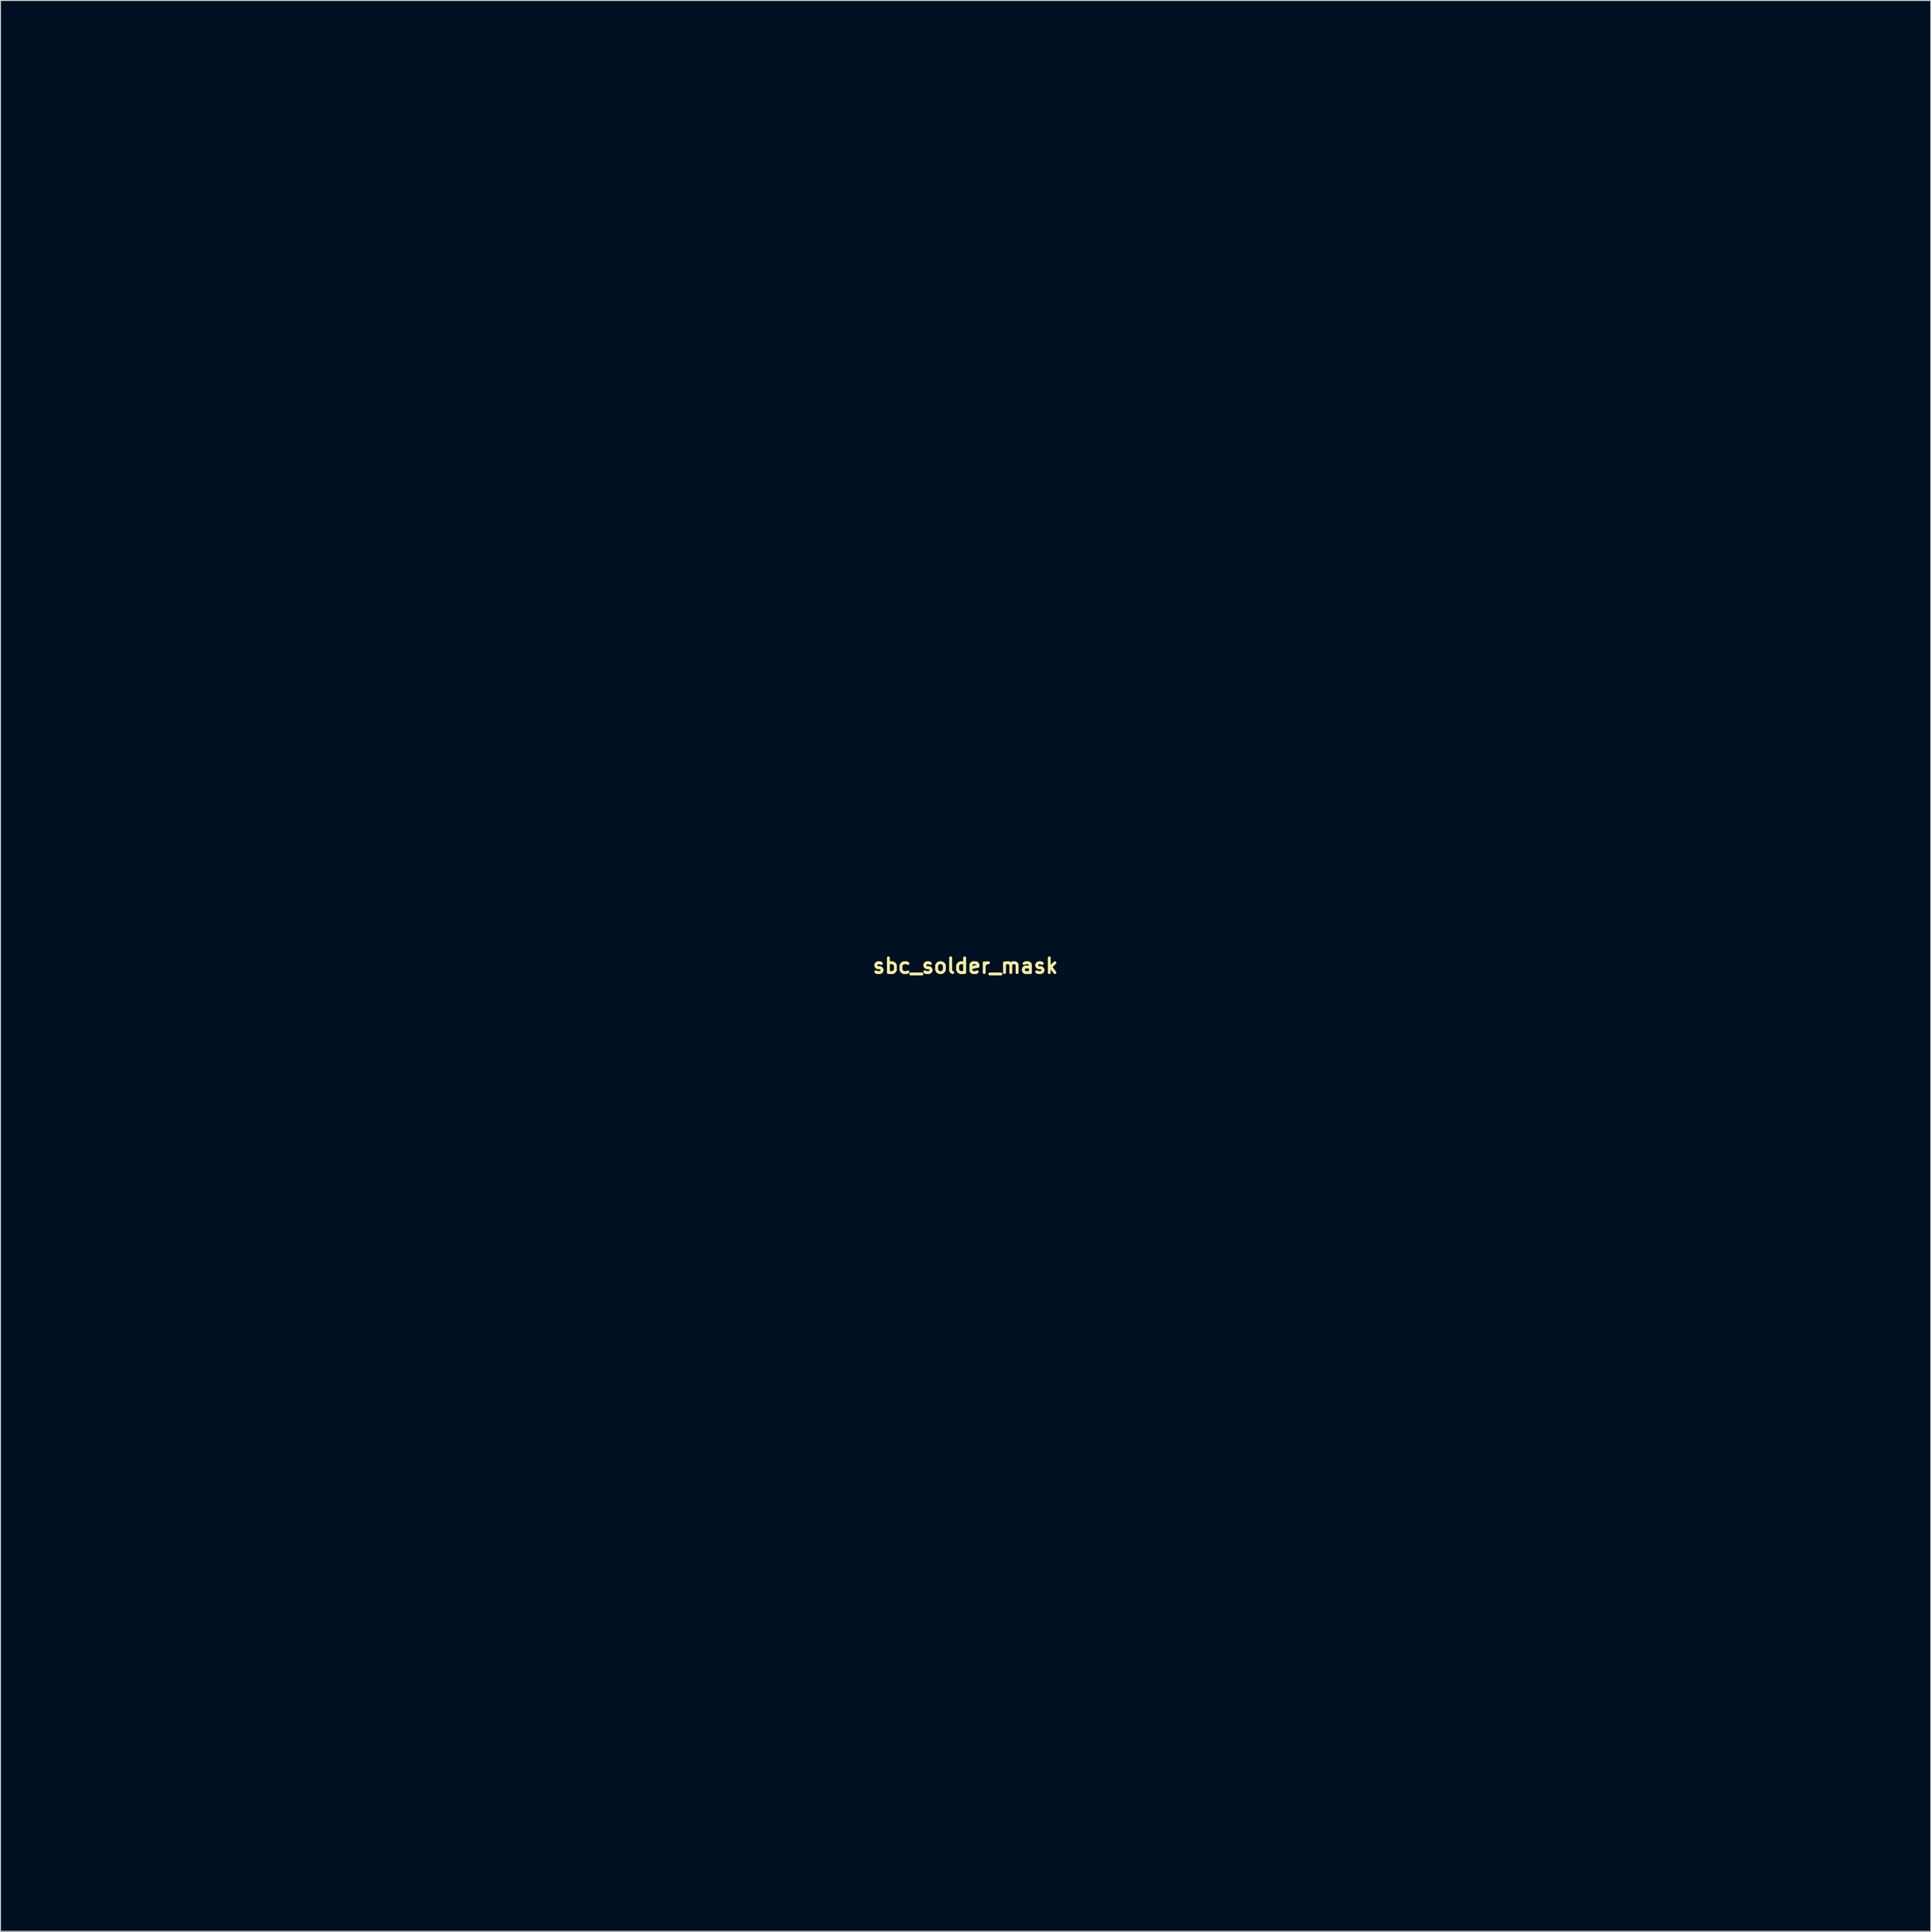
<source format=kicad_pcb>
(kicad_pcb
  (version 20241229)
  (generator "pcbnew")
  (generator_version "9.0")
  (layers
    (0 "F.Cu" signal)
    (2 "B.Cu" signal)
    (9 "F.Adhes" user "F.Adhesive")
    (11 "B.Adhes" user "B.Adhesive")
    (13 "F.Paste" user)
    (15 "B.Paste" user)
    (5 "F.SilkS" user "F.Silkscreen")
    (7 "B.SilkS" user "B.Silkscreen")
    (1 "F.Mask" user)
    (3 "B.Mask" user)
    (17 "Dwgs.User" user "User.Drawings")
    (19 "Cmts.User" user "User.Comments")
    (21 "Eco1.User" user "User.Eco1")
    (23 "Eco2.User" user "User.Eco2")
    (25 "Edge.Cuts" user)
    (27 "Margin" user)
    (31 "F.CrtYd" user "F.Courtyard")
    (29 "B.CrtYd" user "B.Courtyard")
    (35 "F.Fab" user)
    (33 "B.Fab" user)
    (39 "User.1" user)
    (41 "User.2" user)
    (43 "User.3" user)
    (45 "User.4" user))
  (footprint "sbc_solder_mask"
    (layer "F.Cu")
    (at 97.098 97.148)
    (property "Reference" "sbc_solder_mask" (at 0 0 0) (layer "F.SilkS") (effects (font (size 1.524 1.524) (thickness 0.3))))
    (attr board_only exclude_from_pos_files exclude_from_bom)
    (fp_poly (pts (xy -54.998 82.37) (xy -55.019 82.391) (xy -55.04 82.37) (xy -55.019 82.349)) (stroke (width 0) (type solid)) (fill yes) (layer "F.Mask"))
    (fp_poly (pts (xy -19.294 -97.126) (xy -19.315 -97.105) (xy -19.336 -97.126) (xy -19.315 -97.148)) (stroke (width 0) (type solid)) (fill yes) (layer "F.Mask"))
    (fp_poly (pts (xy -19.294 97.126) (xy -19.315 97.148) (xy -19.336 97.126) (xy -19.315 97.105)) (stroke (width 0) (type solid)) (fill yes) (layer "F.Mask"))
    (fp_poly (pts (xy 82.391 -55.019) (xy 82.37 -54.998) (xy 82.349 -55.019) (xy 82.37 -55.04)) (stroke (width 0) (type solid)) (fill yes) (layer "F.Mask"))
    (fp_poly (pts (xy 82.391 55.019) (xy 82.37 55.04) (xy 82.349 55.019) (xy 82.37 54.998)) (stroke (width 0) (type solid)) (fill yes) (layer "F.Mask"))
    (fp_poly (pts (xy -97.035 -19.322) (xy -97.04 -19.297) (xy -97.063 -19.294) (xy -97.098 -19.309) (xy -97.091 -19.322) (xy -97.041 -19.327)) (stroke (width 0) (type solid)) (fill yes) (layer "F.Mask"))
    (fp_poly (pts (xy -97.035 19.308) (xy -97.04 19.333) (xy -97.063 19.336) (xy -97.098 19.321) (xy -97.091 19.308) (xy -97.041 19.303)) (stroke (width 0) (type solid)) (fill yes) (layer "F.Mask"))
    (fp_poly (pts (xy -19.282 -97.013) (xy -19.254 -96.924) (xy -19.213 -96.779) (xy -19.163 -96.591) (xy -19.142 -96.512) (xy -18.718 -94.975) (xy -18.251 -93.451) (xy -17.742 -91.946) (xy -17.196 -90.468) (xy -16.615 -89.025) (xy -16.003 -87.624) (xy -15.362 -86.271) (xy -14.697 -84.975) (xy -14.009 -83.743) (xy -13.303 -82.581) (xy -12.773 -81.776) (xy -11.983 -80.671) (xy -11.174 -79.647) (xy -10.346 -78.702) (xy -9.501 -77.839) (xy -8.638 -77.057) (xy -7.758 -76.357) (xy -6.862 -75.739) (xy -5.95 -75.204) (xy -5.535 -74.991) (xy -4.729 -74.62) (xy -3.954 -74.315) (xy -3.192 -74.075) (xy -2.427 -73.893) (xy -1.645 -73.766) (xy -0.829 -73.691) (xy -0.36 -73.669) (xy 0.635 -73.675) (xy 1.599 -73.756) (xy 2.543 -73.914) (xy 3.475 -74.151) (xy 4.406 -74.468) (xy 4.876 -74.659) (xy 5.805 -75.098) (xy 6.719 -75.621) (xy 7.616 -76.225) (xy 8.496 -76.91) (xy 9.359 -77.674) (xy 10.203 -78.518) (xy 11.028 -79.44) (xy 11.833 -80.438) (xy 12.618 -81.513) (xy 13.381 -82.664) (xy 14.121 -83.888) (xy 14.839 -85.186) (xy 15.533 -86.556) (xy 16.202 -87.998) (xy 16.491 -88.659) (xy 17.031 -89.975) (xy 17.553 -91.352) (xy 18.049 -92.772) (xy 18.514 -94.211) (xy 18.938 -95.649) (xy 19.151 -96.427) (xy 19.209 -96.643) (xy 19.258 -96.816) (xy 19.294 -96.935) (xy 19.314 -96.991) (xy 19.316 -96.978) (xy 19.208 -96.167) (xy 19.115 -95.424) (xy 19.035 -94.732) (xy 18.966 -94.077) (xy 18.909 -93.441) (xy 18.86 -92.809) (xy 18.819 -92.166) (xy 18.784 -91.495) (xy 18.755 -90.781) (xy 18.737 -90.27) (xy 18.714 -89.005) (xy 18.725 -87.718) (xy 18.769 -86.431) (xy 18.846 -85.17) (xy 18.955 -83.956) (xy 18.999 -83.557) (xy 19.198 -82.095) (xy 19.445 -80.698) (xy 19.742 -79.365) (xy 20.087 -78.098) (xy 20.48 -76.897) (xy 20.921 -75.763) (xy 21.41 -74.695) (xy 21.946 -73.695) (xy 22.53 -72.763) (xy 23.16 -71.9) (xy 23.837 -71.106) (xy 24.56 -70.381) (xy 25.329 -69.727) (xy 26.144 -69.143) (xy 27.004 -68.63) (xy 27.414 -68.419) (xy 27.971 -68.156) (xy 28.485 -67.936) (xy 28.98 -67.752) (xy 29.48 -67.596) (xy 30.009 -67.458) (xy 30.428 -67.365) (xy 30.882 -67.277) (xy 31.317 -67.212) (xy 31.754 -67.167) (xy 32.215 -67.141) (xy 32.719 -67.133) (xy 33.224 -67.138) (xy 33.711 -67.152) (xy 34.137 -67.175) (xy 34.527 -67.209) (xy 34.904 -67.256) (xy 35.293 -67.32) (xy 35.716 -67.404) (xy 35.895 -67.442) (xy 36.99 -67.72) (xy 38.098 -68.081) (xy 39.218 -68.526) (xy 40.352 -69.055) (xy 41.498 -69.667) (xy 42.658 -70.363) (xy 43.83 -71.142) (xy 45.016 -72.006) (xy 46.214 -72.953) (xy 47.426 -73.983) (xy 47.727 -74.251) (xy 47.97 -74.472) (xy 48.26 -74.746) (xy 48.587 -75.06) (xy 48.941 -75.405) (xy 49.312 -75.77) (xy 49.688 -76.146) (xy 50.06 -76.521) (xy 50.418 -76.885) (xy 50.75 -77.228) (xy 51.046 -77.539) (xy 51.297 -77.808) (xy 51.377 -77.896) (xy 51.913 -78.499) (xy 52.45 -79.119) (xy 52.978 -79.742) (xy 53.484 -80.357) (xy 53.959 -80.947) (xy 54.39 -81.502) (xy 54.629 -81.818) (xy 54.763 -81.997) (xy 54.88 -82.152) (xy 54.969 -82.27) (xy 55.022 -82.338) (xy 55.032 -82.349) (xy 55.038 -82.351) (xy 55.033 -82.338) (xy 55.013 -82.299) (xy 54.973 -82.228) (xy 54.909 -82.117) (xy 54.817 -81.958) (xy 54.692 -81.743) (xy 54.529 -81.465) (xy 54.488 -81.394) (xy 54.116 -80.744) (xy 53.727 -80.031) (xy 53.329 -79.276) (xy 52.933 -78.498) (xy 52.547 -77.714) (xy 52.181 -76.945) (xy 51.846 -76.208) (xy 51.805 -76.115) (xy 51.142 -74.554) (xy 50.55 -73.027) (xy 50.026 -71.535) (xy 49.573 -70.078) (xy 49.189 -68.657) (xy 48.875 -67.274) (xy 48.631 -65.929) (xy 48.457 -64.623) (xy 48.354 -63.357) (xy 48.32 -62.132) (xy 48.357 -60.948) (xy 48.465 -59.808) (xy 48.643 -58.71) (xy 48.892 -57.657) (xy 49.212 -56.649) (xy 49.347 -56.291) (xy 49.762 -55.35) (xy 50.245 -54.457) (xy 50.794 -53.616) (xy 51.405 -52.828) (xy 52.077 -52.097) (xy 52.807 -51.423) (xy 53.592 -50.81) (xy 54.43 -50.259) (xy 55.318 -49.773) (xy 56.254 -49.354) (xy 57.235 -49.004) (xy 57.987 -48.791) (xy 59.039 -48.566) (xy 60.137 -48.411) (xy 61.28 -48.325) (xy 62.466 -48.309) (xy 63.694 -48.362) (xy 64.963 -48.484) (xy 66.27 -48.674) (xy 67.615 -48.933) (xy 68.995 -49.259) (xy 70.411 -49.654) (xy 71.859 -50.116) (xy 73.339 -50.645) (xy 74.849 -51.242) (xy 76.388 -51.905) (xy 76.857 -52.118) (xy 77.489 -52.414) (xy 78.154 -52.738) (xy 78.836 -53.08) (xy 79.52 -53.434) (xy 80.192 -53.792) (xy 80.838 -54.145) (xy 81.441 -54.485) (xy 81.987 -54.806) (xy 82.221 -54.948) (xy 82.291 -54.987) (xy 82.292 -54.978) (xy 82.226 -54.92) (xy 82.092 -54.814) (xy 81.889 -54.658) (xy 81.691 -54.508) (xy 80.88 -53.881) (xy 80.031 -53.194) (xy 79.155 -52.456) (xy 78.264 -51.677) (xy 78.045 -51.481) (xy 77.758 -51.22) (xy 77.426 -50.907) (xy 77.059 -50.555) (xy 76.669 -50.175) (xy 76.267 -49.779) (xy 75.865 -49.378) (xy 75.475 -48.983) (xy 75.108 -48.607) (xy 74.776 -48.26) (xy 74.489 -47.954) (xy 74.397 -47.853) (xy 73.359 -46.671) (xy 72.401 -45.498) (xy 71.521 -44.333) (xy 70.721 -43.178) (xy 70.001 -42.033) (xy 69.36 -40.899) (xy 68.8 -39.776) (xy 68.32 -38.665) (xy 67.921 -37.568) (xy 67.602 -36.484) (xy 67.365 -35.414) (xy 67.209 -34.359) (xy 67.134 -33.319) (xy 67.142 -32.296) (xy 67.232 -31.289) (xy 67.404 -30.3) (xy 67.49 -29.933) (xy 67.781 -28.94) (xy 68.146 -27.99) (xy 68.582 -27.083) (xy 69.089 -26.221) (xy 69.668 -25.403) (xy 70.317 -24.63) (xy 71.035 -23.903) (xy 71.823 -23.221) (xy 72.68 -22.586) (xy 73.604 -21.997) (xy 74.596 -21.455) (xy 75.655 -20.96) (xy 76.78 -20.514) (xy 77.971 -20.115) (xy 79.227 -19.765) (xy 80.548 -19.464) (xy 81.933 -19.213) (xy 82.5 -19.127) (xy 83.28 -19.021) (xy 84.035 -18.934) (xy 84.783 -18.863) (xy 85.543 -18.806) (xy 86.332 -18.764) (xy 87.17 -18.733) (xy 88.073 -18.714) (xy 89.356 -18.71) (xy 90.667 -18.739) (xy 91.988 -18.797) (xy 93.301 -18.884) (xy 94.587 -18.999) (xy 95.829 -19.14) (xy 97.008 -19.307) (xy 97.064 -19.315) (xy 97.076 -19.313) (xy 97.015 -19.293) (xy 96.892 -19.258) (xy 96.717 -19.209) (xy 96.554 -19.166) (xy 94.999 -18.735) (xy 93.461 -18.261) (xy 91.947 -17.748) (xy 90.463 -17.199) (xy 89.017 -16.618) (xy 87.616 -16.006) (xy 86.267 -15.368) (xy 84.977 -14.705) (xy 83.753 -14.022) (xy 82.602 -13.321) (xy 82.057 -12.965) (xy 80.921 -12.17) (xy 79.868 -11.357) (xy 78.898 -10.527) (xy 78.01 -9.679) (xy 77.206 -8.813) (xy 76.483 -7.93) (xy 75.843 -7.029) (xy 75.285 -6.109) (xy 74.81 -5.171) (xy 74.416 -4.215) (xy 74.104 -3.24) (xy 73.874 -2.245) (xy 73.763 -1.551) (xy 73.737 -1.335) (xy 73.716 -1.131) (xy 73.702 -0.965) (xy 73.698 -0.874) (xy 73.698 -0.692) (xy 74.663 -0.662) (xy 75.919 -0.614) (xy 77.249 -0.541) (xy 78.646 -0.445) (xy 80.101 -0.328) (xy 81.608 -0.189) (xy 83.158 -0.029) (xy 84.746 0.151) (xy 86.362 0.35) (xy 88.001 0.567) (xy 89.653 0.802) (xy 90.405 0.915) (xy 90.697 0.959) (xy 91.032 1.011) (xy 91.4 1.07) (xy 91.795 1.132) (xy 92.207 1.198) (xy 92.628 1.266) (xy 93.051 1.335) (xy 93.466 1.402) (xy 93.865 1.468) (xy 94.24 1.53) (xy 94.582 1.587) (xy 94.884 1.637) (xy 95.137 1.68) (xy 95.332 1.714) (xy 95.461 1.738) (xy 95.516 1.75) (xy 95.518 1.751) (xy 95.52 1.794) (xy 95.524 1.914) (xy 95.529 2.106) (xy 95.536 2.363) (xy 95.544 2.677) (xy 95.553 3.042) (xy 95.564 3.451) (xy 95.574 3.897) (xy 95.586 4.374) (xy 95.595 4.749) (xy 95.615 5.57) (xy 95.635 6.321) (xy 95.655 7.019) (xy 95.676 7.679) (xy 95.698 8.316) (xy 95.723 8.947) (xy 95.75 9.586) (xy 95.781 10.25) (xy 95.815 10.953) (xy 95.854 11.713) (xy 95.876 12.128) (xy 95.905 12.66) (xy 95.935 13.21) (xy 95.966 13.771) (xy 95.998 14.335) (xy 96.031 14.896) (xy 96.063 15.447) (xy 96.095 15.981) (xy 96.126 16.492) (xy 96.155 16.972) (xy 96.183 17.415) (xy 96.208 17.814) (xy 96.231 18.163) (xy 96.251 18.453) (xy 96.268 18.68) (xy 96.28 18.835) (xy 96.289 18.912) (xy 96.321 19.103) (xy 96.766 19.216) (xy 96.977 19.271) (xy 97.107 19.307) (xy 97.155 19.325) (xy 97.12 19.327) (xy 97.002 19.312) (xy 96.802 19.281) (xy 96.739 19.271) (xy 96.564 19.244) (xy 96.423 19.227) (xy 96.335 19.22) (xy 96.315 19.222) (xy 96.314 19.266) (xy 96.317 19.386) (xy 96.326 19.572) (xy 96.338 19.814) (xy 96.353 20.104) (xy 96.372 20.431) (xy 96.393 20.786) (xy 96.395 20.824) (xy 96.417 21.182) (xy 96.434 21.512) (xy 96.449 21.805) (xy 96.459 22.053) (xy 96.465 22.244) (xy 96.467 22.371) (xy 96.463 22.423) (xy 96.462 22.424) (xy 96.416 22.417) (xy 96.295 22.393) (xy 96.109 22.354) (xy 95.866 22.301) (xy 95.574 22.236) (xy 95.242 22.161) (xy 94.878 22.078) (xy 94.595 22.013) (xy 93.156 21.686) (xy 91.791 21.385) (xy 90.493 21.109) (xy 89.255 20.858) (xy 88.073 20.631) (xy 86.939 20.425) (xy 85.846 20.241) (xy 84.789 20.076) (xy 83.761 19.931) (xy 82.755 19.803) (xy 81.766 19.691) (xy 80.786 19.596) (xy 80.71 19.589) (xy 80.479 19.569) (xy 80.307 19.559) (xy 80.168 19.56) (xy 80.036 19.575) (xy 79.885 19.603) (xy 79.691 19.648) (xy 79.671 19.653) (xy 78.419 19.981) (xy 77.225 20.357) (xy 76.092 20.78) (xy 75.021 21.25) (xy 74.015 21.765) (xy 73.074 22.324) (xy 72.201 22.926) (xy 71.398 23.57) (xy 70.667 24.256) (xy 70.142 24.826) (xy 69.498 25.636) (xy 68.93 26.482) (xy 68.438 27.363) (xy 68.023 28.275) (xy 67.686 29.216) (xy 67.428 30.183) (xy 67.25 31.172) (xy 67.151 32.181) (xy 67.134 33.208) (xy 67.198 34.248) (xy 67.32 35.153) (xy 67.544 36.245) (xy 67.851 37.35) (xy 68.242 38.467) (xy 68.716 39.595) (xy 69.273 40.736) (xy 69.913 41.887) (xy 70.635 43.049) (xy 71.439 44.221) (xy 72.326 45.403) (xy 73.294 46.594) (xy 74.343 47.794) (xy 74.397 47.853) (xy 74.663 48.141) (xy 74.98 48.474) (xy 75.335 48.841) (xy 75.719 49.23) (xy 76.118 49.631) (xy 76.521 50.03) (xy 76.918 50.418) (xy 77.295 50.783) (xy 77.642 51.112) (xy 77.948 51.394) (xy 78.045 51.482) (xy 79.176 52.476) (xy 80.274 53.395) (xy 81.342 54.241) (xy 81.691 54.508) (xy 81.941 54.696) (xy 82.124 54.836) (xy 82.241 54.929) (xy 82.295 54.977) (xy 82.287 54.982) (xy 82.217 54.946) (xy 82.088 54.871) (xy 81.901 54.759) (xy 81.848 54.727) (xy 81.137 54.309) (xy 80.358 53.876) (xy 79.527 53.433) (xy 78.658 52.99) (xy 77.766 52.551) (xy 76.864 52.127) (xy 75.968 51.722) (xy 75.458 51.5) (xy 73.938 50.877) (xy 72.447 50.32) (xy 70.988 49.831) (xy 69.562 49.41) (xy 68.17 49.056) (xy 66.814 48.77) (xy 65.494 48.553) (xy 64.212 48.403) (xy 62.97 48.323) (xy 61.769 48.31) (xy 60.611 48.367) (xy 59.496 48.493) (xy 58.426 48.688) (xy 57.402 48.952) (xy 56.949 49.097) (xy 55.968 49.471) (xy 55.038 49.913) (xy 54.16 50.422) (xy 53.333 50.999) (xy 52.557 51.644) (xy 51.833 52.356) (xy 51.16 53.135) (xy 50.946 53.411) (xy 50.383 54.229) (xy 49.886 55.099) (xy 49.456 56.019) (xy 49.093 56.989) (xy 48.799 58.006) (xy 48.573 59.071) (xy 48.416 60.18) (xy 48.389 60.447) (xy 48.349 60.871) (xy 48.62 61.274) (xy 49.042 61.869) (xy 49.526 62.49) (xy 50.059 63.124) (xy 50.631 63.756) (xy 51.183 64.326) (xy 51.853 64.973) (xy 52.517 65.563) (xy 53.197 66.116) (xy 53.918 66.652) (xy 54.574 67.103) (xy 55.61 67.759) (xy 56.666 68.356) (xy 57.748 68.897) (xy 58.86 69.383) (xy 60.009 69.816) (xy 61.199 70.198) (xy 62.436 70.529) (xy 63.724 70.812) (xy 65.07 71.049) (xy 66.478 71.241) (xy 67.954 71.389) (xy 68.292 71.416) (xy 68.518 71.43) (xy 68.819 71.441) (xy 69.183 71.451) (xy 69.601 71.459) (xy 70.06 71.465) (xy 70.552 71.47) (xy 71.064 71.472) (xy 71.587 71.473) (xy 72.11 71.472) (xy 72.623 71.469) (xy 73.114 71.464) (xy 73.573 71.457) (xy 73.99 71.448) (xy 74.354 71.438) (xy 74.654 71.426) (xy 74.801 71.418) (xy 76.043 71.329) (xy 77.252 71.229) (xy 78.436 71.115) (xy 79.604 70.986) (xy 80.764 70.84) (xy 81.924 70.677) (xy 83.092 70.495) (xy 84.277 70.293) (xy 85.487 70.068) (xy 86.73 69.821) (xy 88.014 69.548) (xy 89.349 69.25) (xy 90.741 68.924) (xy 92.2 68.569) (xy 92.989 68.373) (xy 93.378 68.275) (xy 93.742 68.185) (xy 94.071 68.103) (xy 94.359 68.033) (xy 94.596 67.975) (xy 94.774 67.932) (xy 94.886 67.907) (xy 94.924 67.9) (xy 94.919 67.942) (xy 94.899 68.056) (xy 94.868 68.23) (xy 94.826 68.452) (xy 94.777 68.709) (xy 94.746 68.864) (xy 94.608 69.583) (xy 94.463 70.353) (xy 94.313 71.17) (xy 94.159 72.028) (xy 94.002 72.92) (xy 93.842 73.84) (xy 93.681 74.784) (xy 93.52 75.744) (xy 93.358 76.716) (xy 93.198 77.693) (xy 93.041 78.669) (xy 92.886 79.639) (xy 92.736 80.597) (xy 92.591 81.537) (xy 92.451 82.453) (xy 92.319 83.339) (xy 92.194 84.189) (xy 92.078 84.998) (xy 91.971 85.759) (xy 91.876 86.468) (xy 91.791 87.117) (xy 91.719 87.702) (xy 91.661 88.216) (xy 91.616 88.653) (xy 91.61 88.719) (xy 91.591 88.88) (xy 91.565 89.008) (xy 91.539 89.08) (xy 91.534 89.085) (xy 91.48 89.1) (xy 91.35 89.125) (xy 91.15 89.159) (xy 90.887 89.201) (xy 90.569 89.249) (xy 90.203 89.302) (xy 89.796 89.361) (xy 89.356 89.423) (xy 88.889 89.488) (xy 88.403 89.554) (xy 87.905 89.621) (xy 87.402 89.688) (xy 86.901 89.753) (xy 86.41 89.816) (xy 85.936 89.875) (xy 85.614 89.915) (xy 83.905 90.117) (xy 82.261 90.297) (xy 80.663 90.459) (xy 79.094 90.604) (xy 77.536 90.732) (xy 75.971 90.845) (xy 74.381 90.946) (xy 72.749 91.034) (xy 71.684 91.085) (xy 71.325 91.099) (xy 70.896 91.112) (xy 70.408 91.123) (xy 69.873 91.133) (xy 69.301 91.142) (xy 68.704 91.149) (xy 68.092 91.154) (xy 67.476 91.158) (xy 66.868 91.16) (xy 66.279 91.16) (xy 65.719 91.158) (xy 65.2 91.154) (xy 64.732 91.149) (xy 64.326 91.141) (xy 63.994 91.131) (xy 63.988 91.131) (xy 61.921 91.028) (xy 59.917 90.88) (xy 57.967 90.684) (xy 56.063 90.441) (xy 54.196 90.148) (xy 52.356 89.805) (xy 51.16 89.552) (xy 49.247 89.097) (xy 47.4 88.595) (xy 45.611 88.041) (xy 43.876 87.433) (xy 42.187 86.77) (xy 40.539 86.048) (xy 38.925 85.265) (xy 37.34 84.418) (xy 35.776 83.504) (xy 34.229 82.522) (xy 33.958 82.341) (xy 32.443 81.289) (xy 31.009 80.212) (xy 29.654 79.111) (xy 28.376 77.983) (xy 27.175 76.828) (xy 26.048 75.644) (xy 24.995 74.43) (xy 24.015 73.184) (xy 23.985 73.144) (xy 23.81 72.91) (xy 23.643 72.684) (xy 23.493 72.48) (xy 23.372 72.312) (xy 23.288 72.194) (xy 23.273 72.174) (xy 23.119 71.948) (xy 22.824 72.346) (xy 22.257 73.177) (xy 21.727 74.08) (xy 21.236 75.054) (xy 20.786 76.093) (xy 20.378 77.196) (xy 20.012 78.358) (xy 19.691 79.576) (xy 19.415 80.846) (xy 19.191 82.137) (xy 18.994 83.619) (xy 18.849 85.159) (xy 18.756 86.75) (xy 18.716 88.383) (xy 18.728 90.048) (xy 18.793 91.739) (xy 18.91 93.446) (xy 19 94.413) (xy 19.03 94.697) (xy 19.066 95.018) (xy 19.106 95.359) (xy 19.148 95.706) (xy 19.191 96.043) (xy 19.231 96.354) (xy 19.268 96.625) (xy 19.3 96.84) (xy 19.321 96.967) (xy 19.338 97.078) (xy 19.336 97.113) (xy 19.319 97.081) (xy 19.289 96.988) (xy 19.25 96.843) (xy 19.213 96.692) (xy 19.061 96.089) (xy 18.878 95.424) (xy 18.668 94.708) (xy 18.436 93.956) (xy 18.185 93.181) (xy 17.92 92.396) (xy 17.646 91.616) (xy 17.367 90.852) (xy 17.087 90.12) (xy 16.94 89.748) (xy 16.301 88.226) (xy 15.637 86.774) (xy 14.948 85.393) (xy 14.234 84.084) (xy 13.498 82.848) (xy 12.738 81.687) (xy 11.957 80.6) (xy 11.154 79.589) (xy 10.331 78.655) (xy 9.488 77.798) (xy 8.626 77.02) (xy 7.746 76.322) (xy 6.849 75.704) (xy 5.935 75.167) (xy 5.004 74.713) (xy 4.834 74.64) (xy 3.891 74.282) (xy 2.947 74.007) (xy 1.994 73.813) (xy 1.024 73.699) (xy 0.027 73.663) (xy -0.36 73.669) (xy -1.197 73.718) (xy -1.991 73.815) (xy -2.757 73.963) (xy -3.512 74.168) (xy -4.272 74.433) (xy -5.053 74.762) (xy -5.535 74.991) (xy -6.454 75.489) (xy -7.358 76.069) (xy -8.245 76.732) (xy -9.115 77.478) (xy -9.968 78.304) (xy -10.804 79.212) (xy -11.621 80.201) (xy -12.42 81.27) (xy -12.773 81.776) (xy -13.491 82.881) (xy -14.193 84.061) (xy -14.875 85.311) (xy -15.534 86.623) (xy -16.168 87.989) (xy -16.772 89.402) (xy -17.344 90.855) (xy -17.88 92.341) (xy -18.378 93.851) (xy -18.835 95.38) (xy -19.142 96.512) (xy -19.195 96.713) (xy -19.24 96.875) (xy -19.273 96.987) (xy -19.29 97.035) (xy -19.292 97.033) (xy -19.287 96.974) (xy -19.271 96.849) (xy -19.248 96.674) (xy -19.219 96.466) (xy -19.212 96.418) (xy -19.125 95.783) (xy -19.043 95.09) (xy -18.964 94.335) (xy -18.889 93.511) (xy -18.816 92.611) (xy -18.776 92.08) (xy -18.76 91.8) (xy -18.747 91.447) (xy -18.736 91.033) (xy -18.728 90.569) (xy -18.722 90.066) (xy -18.719 89.535) (xy -18.718 88.988) (xy -18.72 88.436) (xy -18.724 87.89) (xy -18.731 87.361) (xy -18.739 86.861) (xy -18.751 86.4) (xy -18.764 85.989) (xy -18.779 85.641) (xy -18.797 85.366) (xy -18.798 85.359) (xy -18.937 83.898) (xy -19.113 82.511) (xy -19.327 81.194) (xy -19.578 79.944) (xy -19.868 78.757) (xy -20.199 77.63) (xy -20.571 76.56) (xy -20.984 75.544) (xy -21.441 74.577) (xy -21.941 73.657) (xy -22.097 73.393) (xy -22.69 72.489) (xy -23.335 71.65) (xy -24.03 70.877) (xy -24.772 70.171) (xy -25.559 69.534) (xy -26.389 68.967) (xy -27.261 68.472) (xy -28.17 68.051) (xy -29.116 67.704) (xy -30.097 67.433) (xy -31.109 67.241) (xy -31.534 67.184) (xy -31.825 67.159) (xy -32.179 67.143) (xy -32.575 67.134) (xy -32.996 67.134) (xy -33.421 67.142) (xy -33.831 67.157) (xy -34.207 67.179) (xy -34.529 67.208) (xy -34.686 67.228) (xy -35.793 67.432) (xy -36.897 67.711) (xy -38.003 68.065) (xy -39.111 68.497) (xy -40.225 69.007) (xy -41.347 69.596) (xy -42.478 70.265) (xy -43.622 71.015) (xy -44.728 71.809) (xy -45.301 72.244) (xy -45.843 72.668) (xy -46.365 73.093) (xy -46.878 73.528) (xy -47.392 73.983) (xy -47.92 74.466) (xy -48.471 74.989) (xy -49.058 75.56) (xy -49.51 76.008) (xy -50.383 76.894) (xy -51.195 77.748) (xy -51.956 78.581) (xy -52.676 79.407) (xy -53.368 80.238) (xy -54.041 81.084) (xy -54.593 81.808) (xy -54.725 81.983) (xy -54.838 82.132) (xy -54.924 82.241) (xy -54.972 82.3) (xy -54.979 82.306) (xy -54.962 82.272) (xy -54.909 82.175) (xy -54.826 82.029) (xy -54.719 81.844) (xy -54.599 81.638) (xy -53.901 80.407) (xy -53.215 79.115) (xy -52.552 77.784) (xy -51.922 76.433) (xy -51.333 75.084) (xy -50.798 73.759) (xy -50.59 73.211) (xy -50.12 71.893) (xy -49.708 70.623) (xy -49.351 69.387) (xy -49.046 68.173) (xy -48.791 66.971) (xy -48.583 65.767) (xy -48.417 64.549) (xy -48.396 64.369) (xy -48.374 64.15) (xy -48.357 63.918) (xy -48.343 63.662) (xy -48.333 63.371) (xy -48.327 63.03) (xy -48.323 62.629) (xy -48.322 62.164) (xy -48.324 61.625) (xy -48.332 61.156) (xy -48.347 60.74) (xy -48.369 60.363) (xy -48.401 60.01) (xy -48.444 59.664) (xy -48.499 59.311) (xy -48.567 58.935) (xy -48.62 58.666) (xy -48.869 57.63) (xy -49.188 56.636) (xy -49.574 55.686) (xy -50.028 54.783) (xy -50.547 53.931) (xy -51.13 53.133) (xy -51.376 52.835) (xy -51.601 52.583) (xy -51.871 52.299) (xy -52.165 52.004) (xy -52.465 51.715) (xy -52.754 51.45) (xy -53.01 51.228) (xy -53.062 51.186) (xy -53.866 50.591) (xy -54.719 50.065) (xy -55.622 49.606) (xy -56.572 49.217) (xy -57.568 48.897) (xy -58.611 48.645) (xy -59.699 48.463) (xy -60.831 48.351) (xy -62.006 48.308) (xy -63.223 48.335) (xy -64.481 48.432) (xy -65.599 48.572) (xy -66.979 48.808) (xy -68.396 49.118) (xy -69.849 49.499) (xy -71.332 49.951) (xy -72.843 50.472) (xy -74.378 51.062) (xy -75.934 51.719) (xy -77.507 52.442) (xy -78.617 52.987) (xy -79.2 53.284) (xy -79.787 53.592) (xy -80.365 53.902) (xy -80.919 54.207) (xy -81.435 54.499) (xy -81.901 54.771) (xy -82.264 54.991) (xy -82.327 55.029) (xy -82.346 55.036) (xy -82.318 55.009) (xy -82.237 54.944) (xy -82.099 54.838) (xy -81.901 54.688) (xy -81.691 54.53) (xy -80.637 53.712) (xy -79.571 52.835) (xy -78.505 51.912) (xy -77.452 50.955) (xy -76.424 49.973) (xy -75.433 48.98) (xy -74.492 47.987) (xy -73.613 47.005) (xy -73.232 46.56) (xy -72.285 45.391) (xy -71.415 44.228) (xy -70.623 43.072) (xy -69.909 41.924) (xy -69.275 40.786) (xy -68.72 39.657) (xy -68.246 38.541) (xy -67.852 37.437) (xy -67.54 36.346) (xy -67.31 35.271) (xy -67.194 34.496) (xy -67.108 33.453) (xy -67.105 32.425) (xy -67.186 31.411) (xy -67.35 30.412) (xy -67.597 29.431) (xy -67.927 28.467) (xy -68.33 27.541) (xy -68.813 26.64) (xy -69.365 25.786) (xy -69.987 24.98) (xy -70.679 24.223) (xy -71.441 23.513) (xy -72.272 22.851) (xy -73.174 22.238) (xy -74.145 21.672) (xy -75.186 21.154) (xy -76.298 20.685) (xy -77.479 20.263) (xy -78.73 19.889) (xy -79.062 19.801) (xy -80.068 19.56) (xy -81.113 19.349) (xy -82.207 19.166) (xy -83.358 19.011) (xy -84.574 18.881) (xy -85.847 18.776) (xy -86.096 18.762) (xy -86.417 18.751) (xy -86.801 18.741) (xy -87.234 18.734) (xy -87.705 18.728) (xy -88.203 18.725) (xy -88.716 18.724) (xy -89.232 18.724) (xy -89.74 18.727) (xy -90.228 18.732) (xy -90.684 18.739) (xy -91.097 18.748) (xy -91.455 18.759) (xy -91.746 18.772) (xy -91.826 18.777) (xy -92.596 18.831) (xy -93.355 18.891) (xy -94.089 18.957) (xy -94.787 19.027) (xy -95.433 19.099) (xy -96.015 19.172) (xy -96.291 19.211) (xy -96.506 19.242) (xy -96.694 19.267) (xy -96.838 19.284) (xy -96.92 19.291) (xy -96.927 19.291) (xy -96.912 19.28) (xy -96.826 19.251) (xy -96.681 19.208) (xy -96.488 19.155) (xy -96.278 19.099) (xy -94.751 18.672) (xy -93.191 18.183) (xy -91.616 17.639) (xy -90.044 17.046) (xy -88.492 16.411) (xy -87.946 16.174) (xy -87.644 16.038) (xy -87.285 15.87) (xy -86.884 15.676) (xy -86.454 15.466) (xy -86.012 15.245) (xy -85.572 15.022) (xy -85.148 14.805) (xy -84.756 14.599) (xy -84.411 14.414) (xy -84.128 14.256) (xy -84.115 14.25) (xy -82.959 13.562) (xy -81.883 12.869) (xy -80.88 12.164) (xy -79.944 11.444) (xy -79.071 10.705) (xy -78.255 9.942) (xy -78.128 9.817) (xy -77.317 8.961) (xy -76.589 8.095) (xy -75.944 7.215) (xy -75.379 6.321) (xy -74.894 5.41) (xy -74.487 4.479) (xy -74.158 3.526) (xy -73.905 2.55) (xy -73.761 1.781) (xy -73.736 1.586) (xy -73.713 1.327) (xy -73.693 1.025) (xy -73.677 0.701) (xy -73.668 0.418) (xy -73.659 0.111) (xy -73.656 -0.026) (xy -69.755 -0.026) (xy -69.754 0.443) (xy -69.752 0.716) (xy -69.745 1.06) (xy -69.734 1.457) (xy -69.72 1.894) (xy -69.704 2.355) (xy -69.685 2.824) (xy -69.665 3.287) (xy -69.644 3.729) (xy -69.623 4.134) (xy -69.605 4.431) (xy -69.41 6.859) (xy -69.131 9.271) (xy -68.77 11.665) (xy -68.328 14.04) (xy -67.804 16.394) (xy -67.2 18.725) (xy -66.515 21.032) (xy -65.751 23.313) (xy -64.908 25.566) (xy -63.987 27.789) (xy -62.989 29.981) (xy -61.913 32.14) (xy -60.76 34.265) (xy -59.531 36.353) (xy -58.228 38.403) (xy -58.006 38.736) (xy -56.622 40.73) (xy -55.17 42.673) (xy -53.652 44.564) (xy -52.07 46.401) (xy -50.426 48.181) (xy -48.723 49.904) (xy -46.96 51.567) (xy -45.141 53.169) (xy -43.268 54.707) (xy -41.342 56.18) (xy -39.364 57.585) (xy -38.619 58.089) (xy -36.568 59.405) (xy -34.482 60.644) (xy -32.36 61.807) (xy -30.205 62.892) (xy -28.017 63.899) (xy -25.798 64.828) (xy -23.549 65.678) (xy -21.272 66.45) (xy -18.966 67.142) (xy -16.634 67.754) (xy -14.276 68.287) (xy -11.894 68.739) (xy -9.489 69.11) (xy -7.062 69.4) (xy -4.615 69.609) (xy -2.777 69.711) (xy -2.523 69.719) (xy -2.196 69.726) (xy -1.809 69.73) (xy -1.371 69.733) (xy -0.895 69.735) (xy -0.391 69.735) (xy 0.129 69.733) (xy 0.656 69.73) (xy 1.178 69.726) (xy 1.684 69.72) (xy 2.163 69.714) (xy 2.604 69.706) (xy 2.996 69.697) (xy 3.328 69.686) (xy 3.589 69.675) (xy 3.647 69.672) (xy 5.684 69.528) (xy 7.659 69.34) (xy 9.587 69.104) (xy 11.477 68.821) (xy 13.343 68.486) (xy 15.197 68.1) (xy 16.983 67.677) (xy 17.31 67.594) (xy 17.659 67.503) (xy 18.02 67.407) (xy 18.384 67.31) (xy 18.739 67.213) (xy 19.078 67.119) (xy 19.389 67.032) (xy 19.662 66.953) (xy 19.888 66.886) (xy 20.057 66.834) (xy 20.159 66.798) (xy 20.181 66.788) (xy 20.197 66.756) (xy 20.188 66.687) (xy 20.152 66.57) (xy 20.086 66.395) (xy 20.001 66.187) (xy 19.36 64.541) (xy 18.786 62.843) (xy 18.278 61.093) (xy 17.838 59.291) (xy 17.464 57.438) (xy 17.157 55.535) (xy 16.917 53.58) (xy 16.744 51.576) (xy 16.662 50.1) (xy 16.65 49.755) (xy 16.641 49.345) (xy 16.634 48.883) (xy 16.631 48.38) (xy 16.63 47.85) (xy 16.631 47.769) (xy 44.702 47.769) (xy 44.741 49.314) (xy 44.86 50.856) (xy 44.888 51.118) (xy 44.915 51.34) (xy 44.949 51.597) (xy 44.988 51.873) (xy 45.029 52.153) (xy 45.071 52.421) (xy 45.11 52.663) (xy 45.144 52.862) (xy 45.172 53.003) (xy 45.186 53.059) (xy 45.196 53.082) (xy 45.215 53.091) (xy 45.249 53.081) (xy 45.304 53.047) (xy 45.387 52.984) (xy 45.504 52.888) (xy 45.661 52.752) (xy 45.866 52.573) (xy 46.124 52.345) (xy 46.282 52.205) (xy 47.716 50.892) (xy 49.138 49.516) (xy 50.532 48.091) (xy 51.884 46.633) (xy 53.181 45.157) (xy 54.409 43.676) (xy 54.459 43.613) (xy 55.953 41.682) (xy 57.375 39.707) (xy 58.723 37.688) (xy 59.999 35.626) (xy 61.202 33.521) (xy 62.331 31.374) (xy 63.387 29.184) (xy 64.369 26.953) (xy 65.278 24.68) (xy 65.371 24.433) (xy 65.464 24.181) (xy 65.57 23.887) (xy 65.687 23.559) (xy 65.81 23.208) (xy 65.937 22.841) (xy 66.065 22.469) (xy 66.191 22.1) (xy 66.311 21.743) (xy 66.422 21.409) (xy 66.522 21.105) (xy 66.607 20.842) (xy 66.674 20.628) (xy 66.72 20.473) (xy 66.742 20.385) (xy 66.744 20.373) (xy 66.745 20.351) (xy 66.741 20.336) (xy 66.723 20.329) (xy 66.681 20.331) (xy 66.606 20.346) (xy 66.488 20.374) (xy 66.318 20.418) (xy 66.086 20.479) (xy 65.783 20.56) (xy 65.738 20.572) (xy 64.276 20.999) (xy 62.84 21.496) (xy 61.436 22.058) (xy 60.07 22.683) (xy 58.75 23.367) (xy 57.482 24.108) (xy 56.273 24.902) (xy 55.486 25.471) (xy 54.342 26.386) (xy 53.25 27.366) (xy 52.213 28.408) (xy 51.232 29.509) (xy 50.311 30.665) (xy 49.452 31.872) (xy 48.657 33.129) (xy 47.928 34.431) (xy 47.267 35.775) (xy 46.678 37.157) (xy 46.162 38.575) (xy 46.096 38.774) (xy 45.673 40.21) (xy 45.325 41.68) (xy 45.053 43.177) (xy 44.858 44.695) (xy 44.741 46.228) (xy 44.702 47.769) (xy 16.631 47.769) (xy 16.632 47.305) (xy 16.637 46.758) (xy 16.644 46.221) (xy 16.653 45.707) (xy 16.664 45.228) (xy 16.678 44.798) (xy 16.693 44.428) (xy 16.709 44.151) (xy 16.724 43.911) (xy 16.736 43.702) (xy 16.743 43.537) (xy 16.744 43.432) (xy 16.741 43.399) (xy 16.696 43.397) (xy 16.576 43.398) (xy 16.391 43.402) (xy 16.151 43.409) (xy 15.865 43.419) (xy 15.544 43.431) (xy 15.263 43.442) (xy 14.159 43.486) (xy 13.041 43.528) (xy 11.905 43.566) (xy 10.749 43.601) (xy 9.569 43.634) (xy 8.36 43.663) (xy 7.12 43.69) (xy 5.844 43.714) (xy 4.53 43.735) (xy 3.172 43.754) (xy 1.769 43.769) (xy 0.315 43.783) (xy -1.192 43.793) (xy -2.757 43.802) (xy -4.382 43.807) (xy -6.072 43.81) (xy -7.83 43.811) (xy -9.66 43.81) (xy -11.565 43.806) (xy -13.549 43.8) (xy -14.714 43.796) (xy -15.782 43.792) (xy -16.878 43.788) (xy -17.996 43.785) (xy -19.126 43.783) (xy -20.262 43.781) (xy -21.395 43.78) (xy -22.517 43.779) (xy -23.619 43.779) (xy -24.694 43.779) (xy -25.734 43.78) (xy -26.73 43.782) (xy -27.675 43.784) (xy -28.561 43.786) (xy -29.379 43.79) (xy -30.121 43.793) (xy -30.213 43.794) (xy -30.928 43.798) (xy -31.62 43.802) (xy -32.284 43.805) (xy -32.915 43.808) (xy -33.508 43.811) (xy -34.059 43.814) (xy -34.563 43.816) (xy -35.015 43.817) (xy -35.411 43.819) (xy -35.746 43.82) (xy -36.015 43.82) (xy -36.213 43.82) (xy -36.335 43.819) (xy -36.378 43.818) (xy -36.38 43.774) (xy -36.375 43.662) (xy -36.364 43.5) (xy -36.347 43.306) (xy -36.246 42.222) (xy -36.142 41.078) (xy -36.035 39.885) (xy -35.927 38.654) (xy -35.819 37.394) (xy -35.71 36.116) (xy -35.603 34.83) (xy -35.498 33.546) (xy -35.395 32.274) (xy -35.296 31.025) (xy -35.202 29.809) (xy -35.112 28.635) (xy -35.029 27.514) (xy -34.953 26.457) (xy -34.884 25.473) (xy -34.882 25.442) (xy -9.032 25.442) (xy -2.067 25.442) (xy -1.28 25.442) (xy -0.507 25.441) (xy 0.247 25.439) (xy 0.976 25.438) (xy 1.675 25.436) (xy 2.339 25.433) (xy 2.964 25.43) (xy 3.543 25.427) (xy 4.071 25.424) (xy 4.544 25.42) (xy 4.955 25.416) (xy 5.301 25.412) (xy 5.575 25.407) (xy 5.773 25.403) (xy 5.852 25.4) (xy 6.708 25.356) (xy 7.489 25.304) (xy 8.206 25.239) (xy 8.869 25.162) (xy 9.487 25.07) (xy 10.071 24.962) (xy 10.631 24.836) (xy 11.177 24.691) (xy 11.718 24.524) (xy 12.203 24.357) (xy 12.518 24.236) (xy 12.868 24.088) (xy 13.231 23.924) (xy 13.584 23.755) (xy 13.906 23.59) (xy 14.175 23.439) (xy 14.227 23.408) (xy 14.821 22.994) (xy 15.383 22.504) (xy 15.907 21.943) (xy 16.39 21.313) (xy 16.537 21.096) (xy 16.678 20.863) (xy 16.837 20.572) (xy 17.005 20.245) (xy 17.17 19.902) (xy 17.323 19.565) (xy 17.452 19.255) (xy 17.53 19.048) (xy 17.782 18.212) (xy 17.973 17.331) (xy 18.102 16.421) (xy 18.168 15.496) (xy 18.17 14.572) (xy 18.105 13.664) (xy 18.039 13.168) (xy 17.871 12.337) (xy 17.633 11.554) (xy 17.327 10.82) (xy 16.953 10.135) (xy 16.513 9.502) (xy 16.007 8.922) (xy 15.436 8.396) (xy 14.8 7.924) (xy 14.102 7.509) (xy 13.845 7.378) (xy 13.287 7.128) (xy 12.71 6.915) (xy 12.099 6.734) (xy 11.446 6.584) (xy 10.736 6.462) (xy 9.959 6.364) (xy 9.732 6.341) (xy 9.531 6.322) (xy 9.338 6.305) (xy 9.149 6.289) (xy 8.959 6.274) (xy 8.765 6.261) (xy 8.561 6.249) (xy 8.345 6.238) (xy 8.11 6.228) (xy 7.855 6.219) (xy 7.573 6.211) (xy 7.261 6.204) (xy 6.915 6.198) (xy 6.531 6.193) (xy 6.104 6.188) (xy 5.629 6.183) (xy 5.104 6.18) (xy 4.523 6.176) (xy 3.883 6.173) (xy 3.179 6.171) (xy 2.406 6.168) (xy 1.562 6.165) (xy 0.64 6.163) (xy -0.329 6.161) (xy -8.269 6.142) (xy -8.269 6.383) (xy -8.271 6.448) (xy -8.276 6.594) (xy -8.284 6.816) (xy -8.295 7.112) (xy -8.31 7.476) (xy -8.326 7.905) (xy -8.346 8.395) (xy -8.368 8.941) (xy -8.392 9.541) (xy -8.418 10.189) (xy -8.447 10.883) (xy -8.477 11.617) (xy -8.508 12.389) (xy -8.541 13.193) (xy -8.575 14.026) (xy -8.611 14.885) (xy -8.647 15.764) (xy -8.65 15.845) (xy -8.687 16.725) (xy -8.722 17.585) (xy -8.757 18.419) (xy -8.79 19.224) (xy -8.821 19.996) (xy -8.851 20.731) (xy -8.88 21.426) (xy -8.906 22.075) (xy -8.931 22.676) (xy -8.953 23.224) (xy -8.973 23.715) (xy -8.99 24.146) (xy -9.004 24.512) (xy -9.016 24.81) (xy -9.025 25.035) (xy -9.03 25.183) (xy -9.032 25.252) (xy -9.032 25.254) (xy -9.032 25.442) (xy -34.882 25.442) (xy -34.879 25.4) (xy -34.788 24.028) (xy -34.698 22.572) (xy -34.608 21.033) (xy -34.519 19.411) (xy -34.429 17.708) (xy -34.341 15.923) (xy -34.252 14.059) (xy -34.164 12.115) (xy -34.076 10.092) (xy -33.989 7.992) (xy -33.903 5.814) (xy -33.817 3.56) (xy -33.733 1.272) (xy -33.701 0.366) (xy -33.671 -0.459) (xy -33.645 -1.206) (xy -33.621 -1.879) (xy -33.6 -2.482) (xy -33.581 -3.017) (xy -33.565 -3.489) (xy -33.551 -3.901) (xy -33.539 -4.257) (xy -33.53 -4.559) (xy -33.522 -4.812) (xy -33.516 -5.02) (xy -33.512 -5.185) (xy -33.51 -5.311) (xy -33.509 -5.401) (xy -33.51 -5.461) (xy -33.511 -5.492) (xy -33.513 -5.498) (xy -33.553 -5.483) (xy -33.651 -5.427) (xy -33.794 -5.34) (xy -33.97 -5.229) (xy -34.077 -5.16) (xy -34.823 -4.693) (xy -35.635 -4.221) (xy -36.492 -3.756) (xy -37.376 -3.305) (xy -38.269 -2.88) (xy -39.152 -2.488) (xy -40.005 -2.14) (xy -40.178 -2.074) (xy -41.539 -1.594) (xy -42.972 -1.158) (xy -44.475 -0.765) (xy -46.048 -0.417) (xy -47.689 -0.114) (xy -49.397 0.145) (xy -51.171 0.359) (xy -53.01 0.528) (xy -54.638 0.636) (xy -55.691 0.683) (xy -56.818 0.708) (xy -58.01 0.714) (xy -59.257 0.7) (xy -60.55 0.667) (xy -61.88 0.614) (xy -63.24 0.544) (xy -64.619 0.455) (xy -66.008 0.348) (xy -67.399 0.223) (xy -68.783 0.082) (xy -69.087 0.048) (xy -69.755 -0.026) (xy -73.656 -0.026) (xy -73.654 -0.121) (xy -73.656 -0.29) (xy -73.668 -0.407) (xy -73.696 -0.481) (xy -73.743 -0.525) (xy -73.812 -0.547) (xy -73.909 -0.56) (xy -74.037 -0.573) (xy -74.037 -0.573) (xy -74.2 -0.594) (xy -74.435 -0.627) (xy -74.732 -0.67) (xy -75.08 -0.721) (xy -75.469 -0.779) (xy -75.886 -0.842) (xy -76.321 -0.908) (xy -76.764 -0.976) (xy -77.203 -1.044) (xy -77.627 -1.11) (xy -78.025 -1.173) (xy -78.242 -1.208) (xy -78.622 -1.27) (xy -79.037 -1.339) (xy -79.48 -1.413) (xy -79.945 -1.492) (xy -80.423 -1.574) (xy -80.908 -1.658) (xy -81.393 -1.743) (xy -81.869 -1.827) (xy -82.331 -1.909) (xy -82.77 -1.987) (xy -83.179 -2.061) (xy -83.551 -2.129) (xy -83.879 -2.19) (xy -84.156 -2.243) (xy -84.374 -2.285) (xy -84.526 -2.317) (xy -84.605 -2.336) (xy -84.614 -2.34) (xy -84.618 -2.384) (xy -84.628 -2.504) (xy -84.641 -2.691) (xy -84.657 -2.937) (xy -84.677 -3.233) (xy -84.699 -3.571) (xy -84.722 -3.941) (xy -84.74 -4.219) (xy -84.883 -6.412) (xy -85.043 -8.671) (xy -85.218 -10.981) (xy -85.299 -11.99) (xy -7.548 -11.99) (xy -1.304 -12.013) (xy -0.561 -12.016) (xy 0.169 -12.02) (xy 0.88 -12.024) (xy 1.566 -12.028) (xy 2.221 -12.033) (xy 2.841 -12.038) (xy 3.42 -12.043) (xy 3.952 -12.048) (xy 4.431 -12.054) (xy 4.853 -12.06) (xy 5.211 -12.065) (xy 5.5 -12.071) (xy 5.714 -12.077) (xy 5.831 -12.081) (xy 6.613 -12.127) (xy 7.325 -12.181) (xy 7.977 -12.246) (xy 8.585 -12.324) (xy 9.159 -12.416) (xy 9.714 -12.524) (xy 10.262 -12.65) (xy 10.559 -12.725) (xy 11.192 -12.902) (xy 11.752 -13.081) (xy 12.254 -13.268) (xy 12.708 -13.468) (xy 13.129 -13.688) (xy 13.528 -13.932) (xy 13.918 -14.207) (xy 13.95 -14.231) (xy 14.212 -14.444) (xy 14.502 -14.708) (xy 14.803 -15.002) (xy 15.094 -15.307) (xy 15.356 -15.605) (xy 15.554 -15.852) (xy 15.979 -16.481) (xy 16.346 -17.155) (xy 16.656 -17.879) (xy 16.911 -18.657) (xy 17.113 -19.494) (xy 17.243 -20.248) (xy 17.278 -20.565) (xy 17.303 -20.939) (xy 17.317 -21.351) (xy 17.321 -21.777) (xy 17.314 -22.197) (xy 17.296 -22.589) (xy 17.267 -22.931) (xy 17.244 -23.11) (xy 17.089 -23.903) (xy 16.875 -24.653) (xy 16.605 -25.355) (xy 16.28 -26.006) (xy 15.905 -26.599) (xy 15.48 -27.13) (xy 15.009 -27.594) (xy 14.958 -27.637) (xy 14.493 -28.001) (xy 13.999 -28.328) (xy 13.471 -28.62) (xy 12.904 -28.879) (xy 12.292 -29.107) (xy 11.631 -29.303) (xy 10.914 -29.471) (xy 10.137 -29.612) (xy 9.294 -29.727) (xy 8.381 -29.817) (xy 7.392 -29.885) (xy 7.209 -29.895) (xy 7.009 -29.903) (xy 6.726 -29.909) (xy 6.358 -29.915) (xy 5.905 -29.92) (xy 5.369 -29.924) (xy 4.749 -29.927) (xy 4.046 -29.93) (xy 3.26 -29.931) (xy 2.39 -29.931) (xy 1.438 -29.931) (xy 0.404 -29.93) (xy -0.233 -29.929) (xy -6.762 -29.916) (xy -7.153 -21.287) (xy -7.191 -20.433) (xy -7.229 -19.599) (xy -7.265 -18.789) (xy -7.3 -18.008) (xy -7.333 -17.259) (xy -7.365 -16.546) (xy -7.395 -15.874) (xy -7.422 -15.247) (xy -7.448 -14.669) (xy -7.47 -14.145) (xy -7.491 -13.678) (xy -7.508 -13.273) (xy -7.522 -12.933) (xy -7.533 -12.664) (xy -7.541 -12.469) (xy -7.545 -12.352) (xy -7.546 -12.324) (xy -7.548 -11.99) (xy -85.299 -11.99) (xy -85.406 -13.323) (xy -85.432 -13.629) (xy -85.548 -15.023) (xy -86.418 -15.454) (xy -87.594 -16.011) (xy -88.838 -16.556) (xy -90.135 -17.084) (xy -91.467 -17.587) (xy -92.821 -18.061) (xy -94.178 -18.498) (xy -95.524 -18.894) (xy -96.278 -19.099) (xy -96.505 -19.159) (xy -96.695 -19.212) (xy -96.836 -19.254) (xy -96.916 -19.281) (xy -96.927 -19.291) (xy -96.86 -19.286) (xy -96.727 -19.271) (xy -96.546 -19.247) (xy -96.336 -19.218) (xy -96.291 -19.211) (xy -95.747 -19.137) (xy -95.131 -19.064) (xy -94.456 -18.993) (xy -93.736 -18.925) (xy -92.982 -18.861) (xy -92.209 -18.803) (xy -91.826 -18.777) (xy -91.624 -18.766) (xy -91.357 -18.757) (xy -91.034 -18.749) (xy -90.666 -18.741) (xy -90.263 -18.735) (xy -89.833 -18.73) (xy -89.387 -18.727) (xy -88.934 -18.724) (xy -88.484 -18.723) (xy -88.047 -18.723) (xy -87.633 -18.725) (xy -87.25 -18.727) (xy -86.91 -18.732) (xy -86.621 -18.737) (xy -86.393 -18.744) (xy -86.237 -18.753) (xy -86.195 -18.757) (xy -85.906 -18.792) (xy -85.919 -18.891) (xy -67.16 -18.891) (xy -66.624 -18.839) (xy -66.246 -18.804) (xy -65.892 -18.776) (xy -65.548 -18.754) (xy -65.2 -18.738) (xy -64.832 -18.727) (xy -64.43 -18.72) (xy -63.98 -18.718) (xy -63.468 -18.72) (xy -63.161 -18.722) (xy -62.557 -18.729) (xy -62.016 -18.741) (xy -61.541 -18.755) (xy -61.14 -18.773) (xy -60.815 -18.795) (xy -60.723 -18.803) (xy -59.63 -18.927) (xy -58.594 -19.089) (xy -57.618 -19.287) (xy -56.704 -19.521) (xy -55.855 -19.789) (xy -55.072 -20.091) (xy -54.358 -20.426) (xy -53.715 -20.793) (xy -53.147 -21.192) (xy -52.655 -21.62) (xy -52.479 -21.8) (xy -52.23 -22.094) (xy -51.991 -22.421) (xy -51.779 -22.755) (xy -51.611 -23.072) (xy -51.565 -23.176) (xy -51.355 -23.788) (xy -51.221 -24.429) (xy -51.162 -25.091) (xy -51.178 -25.764) (xy -51.267 -26.442) (xy -51.43 -27.114) (xy -51.666 -27.773) (xy -51.868 -28.209) (xy -52.201 -28.809) (xy -52.591 -29.404) (xy -53.042 -30) (xy -53.561 -30.607) (xy -54.152 -31.23) (xy -54.367 -31.444) (xy -54.503 -31.573) (xy -54.687 -31.744) (xy -54.913 -31.95) (xy -55.175 -32.186) (xy -55.469 -32.448) (xy -55.787 -32.731) (xy -56.124 -33.029) (xy -56.475 -33.338) (xy -56.834 -33.653) (xy -57.195 -33.968) (xy -57.553 -34.279) (xy -57.901 -34.581) (xy -58.234 -34.869) (xy -58.547 -35.138) (xy -58.833 -35.382) (xy -59.087 -35.598) (xy -59.303 -35.779) (xy -59.476 -35.921) (xy -59.6 -36.019) (xy -59.668 -36.068) (xy -59.68 -36.073) (xy -59.712 -36.034) (xy -59.78 -35.932) (xy -59.878 -35.777) (xy -59.998 -35.579) (xy -60.135 -35.35) (xy -60.228 -35.193) (xy -61.395 -33.115) (xy -62.492 -30.995) (xy -63.517 -28.84) (xy -64.466 -26.655) (xy -65.338 -24.444) (xy -66.131 -22.213) (xy -66.842 -19.968) (xy -66.885 -19.824) (xy -67.16 -18.891) (xy -85.919 -18.891) (xy -85.929 -18.969) (xy -85.939 -19.051) (xy -85.957 -19.206) (xy -85.981 -19.425) (xy -86.012 -19.696) (xy -86.046 -20.008) (xy -86.084 -20.351) (xy -86.124 -20.715) (xy -86.124 -20.716) (xy -86.17 -21.134) (xy -86.22 -21.579) (xy -86.272 -22.03) (xy -86.324 -22.468) (xy -86.372 -22.873) (xy -86.415 -23.224) (xy -86.434 -23.379) (xy -86.477 -23.726) (xy -86.509 -24.011) (xy -86.529 -24.23) (xy -86.537 -24.376) (xy -86.534 -24.446) (xy -86.528 -24.451) (xy -86.478 -24.43) (xy -86.362 -24.379) (xy -86.189 -24.305) (xy -85.971 -24.21) (xy -85.719 -24.101) (xy -85.486 -24) (xy -84.291 -23.493) (xy -83.081 -23) (xy -81.877 -22.53) (xy -80.697 -22.09) (xy -79.559 -21.687) (xy -79.083 -21.525) (xy -78.661 -21.385) (xy -78.248 -21.25) (xy -77.855 -21.125) (xy -77.489 -21.01) (xy -77.158 -20.909) (xy -76.872 -20.825) (xy -76.638 -20.759) (xy -76.466 -20.715) (xy -76.362 -20.694) (xy -76.347 -20.693) (xy -76.247 -20.713) (xy -76.083 -20.768) (xy -75.866 -20.854) (xy -75.607 -20.965) (xy -75.316 -21.097) (xy -75.004 -21.244) (xy -74.681 -21.402) (xy -74.358 -21.565) (xy -74.047 -21.729) (xy -73.756 -21.887) (xy -73.498 -22.036) (xy -73.444 -22.069) (xy -72.522 -22.673) (xy -71.673 -23.32) (xy -70.895 -24.01) (xy -70.187 -24.746) (xy -69.558 -25.514) (xy -69.001 -26.322) (xy -68.508 -27.182) (xy -68.082 -28.083) (xy -67.729 -29.018) (xy -67.45 -29.977) (xy -67.257 -30.913) (xy -67.137 -31.901) (xy -67.098 -32.909) (xy -67.141 -33.936) (xy -67.264 -34.979) (xy -67.469 -36.039) (xy -67.753 -37.114) (xy -68.117 -38.203) (xy -68.561 -39.304) (xy -69.083 -40.416) (xy -69.684 -41.539) (xy -70.363 -42.672) (xy -71.12 -43.812) (xy -71.954 -44.959) (xy -72.575 -45.754) (xy -72.987 -46.262) (xy -73.379 -46.734) (xy -73.764 -47.183) (xy -74.153 -47.621) (xy -74.558 -48.061) (xy -74.989 -48.517) (xy -75.46 -49.002) (xy -75.982 -49.528) (xy -76.048 -49.593) (xy -77.31 -50.819) (xy -78.565 -51.968) (xy -79.822 -53.05) (xy -81.091 -54.07) (xy -81.776 -54.594) (xy -82.012 -54.771) (xy -82.182 -54.901) (xy -82.292 -54.987) (xy -82.343 -55.03) (xy -82.34 -55.036) (xy -82.286 -55.005) (xy -82.264 -54.991) (xy -82.017 -54.841) (xy -81.733 -54.674) (xy -81.417 -54.492) (xy -81.077 -54.3) (xy -80.72 -54.102) (xy -80.353 -53.9) (xy -79.982 -53.699) (xy -79.614 -53.502) (xy -79.257 -53.313) (xy -78.916 -53.135) (xy -78.6 -52.973) (xy -78.315 -52.83) (xy -78.068 -52.709) (xy -77.866 -52.614) (xy -77.716 -52.548) (xy -77.624 -52.517) (xy -77.598 -52.522) (xy -77.601 -52.528) (xy -77.645 -52.587) (xy -77.732 -52.702) (xy -77.851 -52.861) (xy -77.996 -53.052) (xy -78.156 -53.263) (xy -78.179 -53.293) (xy -78.244 -53.382) (xy -44.863 -53.382) (xy -44.841 -53.354) (xy -44.77 -53.291) (xy -44.651 -53.19) (xy -44.48 -53.05) (xy -44.255 -52.869) (xy -43.974 -52.646) (xy -43.635 -52.378) (xy -43.236 -52.064) (xy -42.775 -51.702) (xy -42.249 -51.291) (xy -42.107 -51.181) (xy -41.522 -50.723) (xy -40.936 -50.265) (xy -40.355 -49.81) (xy -39.784 -49.361) (xy -39.227 -48.923) (xy -38.689 -48.499) (xy -38.175 -48.093) (xy -37.69 -47.71) (xy -37.238 -47.352) (xy -36.825 -47.023) (xy -36.455 -46.728) (xy -36.133 -46.47) (xy -35.864 -46.253) (xy -35.652 -46.082) (xy -35.515 -45.968) (xy -35.146 -45.654) (xy -34.75 -45.31) (xy -34.345 -44.952) (xy -33.949 -44.596) (xy -33.579 -44.257) (xy -33.251 -43.95) (xy -33.144 -43.847) (xy -32.724 -43.443) (xy -32.755 -45.558) (xy -32.785 -47.673) (xy -31.711 -47.645) (xy -29.783 -47.598) (xy -27.902 -47.558) (xy -26.06 -47.526) (xy -24.246 -47.501) (xy -22.454 -47.484) (xy -20.672 -47.474) (xy -18.892 -47.473) (xy -17.105 -47.479) (xy -15.302 -47.492) (xy -13.473 -47.513) (xy -11.61 -47.543) (xy -9.703 -47.58) (xy -7.743 -47.624) (xy -5.721 -47.677) (xy -3.627 -47.738) (xy -2.65 -47.768) (xy -0.51 -47.833) (xy 1.555 -47.89) (xy 3.544 -47.938) (xy 5.455 -47.979) (xy 7.29 -48.012) (xy 9.046 -48.037) (xy 10.724 -48.054) (xy 12.323 -48.063) (xy 13.843 -48.064) (xy 15.283 -48.058) (xy 16.642 -48.043) (xy 17.92 -48.02) (xy 19.116 -47.99) (xy 20.231 -47.951) (xy 21.262 -47.904) (xy 22.211 -47.85) (xy 23.075 -47.788) (xy 23.343 -47.765) (xy 24.766 -47.613) (xy 26.166 -47.405) (xy 27.532 -47.143) (xy 28.858 -46.831) (xy 30.134 -46.469) (xy 31.351 -46.059) (xy 32.05 -45.792) (xy 32.385 -45.65) (xy 32.773 -45.475) (xy 33.194 -45.275) (xy 33.628 -45.062) (xy 34.055 -44.844) (xy 34.456 -44.631) (xy 34.81 -44.435) (xy 34.977 -44.337) (xy 35.87 -43.774) (xy 36.688 -43.199) (xy 37.438 -42.602) (xy 38.131 -41.977) (xy 38.776 -41.316) (xy 39.38 -40.611) (xy 39.422 -40.559) (xy 40.115 -39.636) (xy 40.747 -38.672) (xy 41.324 -37.663) (xy 41.848 -36.599) (xy 42.322 -35.476) (xy 42.745 -34.305) (xy 43.081 -33.221) (xy 43.364 -32.138) (xy 43.598 -31.037) (xy 43.787 -29.9) (xy 43.935 -28.708) (xy 43.959 -28.474) (xy 43.985 -28.142) (xy 44.006 -27.739) (xy 44.021 -27.283) (xy 44.032 -26.787) (xy 44.037 -26.268) (xy 44.037 -25.74) (xy 44.032 -25.218) (xy 44.022 -24.718) (xy 44.006 -24.255) (xy 43.986 -23.843) (xy 43.96 -23.499) (xy 43.959 -23.492) (xy 43.782 -21.988) (xy 43.537 -20.533) (xy 43.226 -19.126) (xy 42.849 -17.77) (xy 42.406 -16.464) (xy 41.897 -15.21) (xy 41.323 -14.008) (xy 40.684 -12.861) (xy 40.252 -12.17) (xy 39.591 -11.212) (xy 38.906 -10.325) (xy 38.187 -9.497) (xy 37.42 -8.714) (xy 36.595 -7.964) (xy 35.7 -7.235) (xy 35.49 -7.074) (xy 34.752 -6.536) (xy 34.03 -6.056) (xy 33.303 -5.621) (xy 32.553 -5.222) (xy 31.759 -4.846) (xy 30.903 -4.484) (xy 30.785 -4.438) (xy 30.455 -4.311) (xy 30.063 -4.166) (xy 29.627 -4.01) (xy 29.166 -3.85) (xy 28.699 -3.691) (xy 28.245 -3.54) (xy 27.823 -3.404) (xy 27.452 -3.289) (xy 27.352 -3.26) (xy 27.035 -3.166) (xy 28.136 -2.947) (xy 29.085 -2.749) (xy 29.956 -2.546) (xy 30.758 -2.338) (xy 31.498 -2.121) (xy 32.183 -1.893) (xy 32.822 -1.653) (xy 33.421 -1.397) (xy 33.732 -1.25) (xy 34.42 -0.894) (xy 35.136 -0.484) (xy 35.857 -0.034) (xy 36.564 0.444) (xy 37.236 0.935) (xy 37.851 1.426) (xy 38.013 1.564) (xy 38.655 2.151) (xy 39.299 2.807) (xy 39.931 3.513) (xy 40.538 4.256) (xy 41.105 5.018) (xy 41.378 5.414) (xy 41.639 5.804) (xy 42.519 5.379) (xy 42.847 5.222) (xy 43.222 5.046) (xy 43.613 4.866) (xy 43.987 4.695) (xy 44.29 4.559) (xy 45.718 3.952) (xy 47.174 3.386) (xy 48.668 2.858) (xy 50.206 2.366) (xy 51.798 1.906) (xy 53.452 1.476) (xy 55.177 1.074) (xy 55.698 0.96) (xy 57.663 0.569) (xy 59.671 0.226) (xy 61.705 -0.067) (xy 63.745 -0.306) (xy 65.773 -0.491) (xy 67.772 -0.618) (xy 68.875 -0.663) (xy 69.755 -0.692) (xy 69.754 -1.374) (xy 69.74 -2.366) (xy 69.7 -3.425) (xy 69.634 -4.541) (xy 69.545 -5.7) (xy 69.433 -6.89) (xy 69.3 -8.099) (xy 69.147 -9.316) (xy 68.975 -10.528) (xy 68.786 -11.722) (xy 68.582 -12.886) (xy 68.396 -13.849) (xy 67.871 -16.225) (xy 67.267 -18.575) (xy 66.583 -20.896) (xy 65.821 -23.187) (xy 64.982 -25.445) (xy 64.066 -27.67) (xy 63.075 -29.86) (xy 62.009 -32.013) (xy 60.869 -34.127) (xy 59.656 -36.201) (xy 58.37 -38.234) (xy 57.014 -40.222) (xy 55.587 -42.166) (xy 54.091 -44.062) (xy 52.526 -45.91) (xy 50.893 -47.708) (xy 49.719 -48.928) (xy 48.473 -50.164) (xy 47.239 -51.334) (xy 46 -52.452) (xy 44.742 -53.532) (xy 43.447 -54.588) (xy 42.099 -55.633) (xy 41.789 -55.867) (xy 39.83 -57.284) (xy 37.826 -58.629) (xy 35.781 -59.901) (xy 33.695 -61.1) (xy 31.572 -62.225) (xy 29.412 -63.275) (xy 27.219 -64.249) (xy 24.994 -65.146) (xy 22.74 -65.967) (xy 20.458 -66.709) (xy 18.15 -67.372) (xy 15.819 -67.956) (xy 13.467 -68.459) (xy 11.095 -68.881) (xy 8.707 -69.221) (xy 6.303 -69.478) (xy 5.279 -69.562) (xy 3.729 -69.658) (xy 2.134 -69.721) (xy 0.518 -69.75) (xy -1.095 -69.745) (xy -2.684 -69.706) (xy -4.226 -69.633) (xy -4.686 -69.603) (xy -7.117 -69.397) (xy -9.531 -69.107) (xy -11.926 -68.736) (xy -14.299 -68.283) (xy -16.651 -67.75) (xy -18.978 -67.138) (xy -21.279 -66.445) (xy -23.552 -65.675) (xy -25.796 -64.826) (xy -28.009 -63.9) (xy -30.19 -62.898) (xy -32.336 -61.819) (xy -34.446 -60.666) (xy -36.519 -59.438) (xy -38.552 -58.135) (xy -40.544 -56.76) (xy -42.494 -55.312) (xy -44.111 -54.029) (xy -44.326 -53.852) (xy -44.517 -53.692) (xy -44.674 -53.557) (xy -44.79 -53.456) (xy -44.854 -53.395) (xy -44.863 -53.382) (xy -78.244 -53.382) (xy -78.791 -54.132) (xy -79.344 -54.959) (xy -79.853 -55.8) (xy -80.334 -56.68) (xy -80.462 -56.927) (xy -80.992 -58.053) (xy -81.445 -59.191) (xy -81.825 -60.349) (xy -82.132 -61.535) (xy -82.37 -62.757) (xy -82.539 -64.022) (xy -82.601 -64.706) (xy -82.617 -64.976) (xy -82.626 -65.213) (xy -54.43 -65.213) (xy -54.429 -64.837) (xy -54.411 -64.467) (xy -54.377 -64.123) (xy -54.329 -63.849) (xy -54.194 -63.334) (xy -54.019 -62.826) (xy -53.799 -62.319) (xy -53.531 -61.809) (xy -53.212 -61.29) (xy -52.837 -60.757) (xy -52.404 -60.203) (xy -51.908 -59.625) (xy -51.347 -59.016) (xy -50.716 -58.371) (xy -50.623 -58.278) (xy -50.251 -57.913) (xy -49.929 -57.602) (xy -49.656 -57.345) (xy -49.436 -57.144) (xy -49.269 -57.002) (xy -49.157 -56.918) (xy -49.101 -56.894) (xy -49.097 -56.896) (xy -49.076 -56.946) (xy -49.036 -57.063) (xy -48.984 -57.23) (xy -48.924 -57.433) (xy -48.899 -57.521) (xy -48.723 -58.207) (xy -48.574 -58.922) (xy -48.448 -59.691) (xy -48.416 -59.917) (xy -48.391 -60.115) (xy -48.37 -60.3) (xy -48.354 -60.482) (xy -48.342 -60.676) (xy -48.333 -60.893) (xy -48.327 -61.147) (xy -48.324 -61.449) (xy -48.322 -61.814) (xy -48.322 -62.164) (xy -48.323 -62.655) (xy -48.328 -63.077) (xy -48.337 -63.449) (xy -48.352 -63.787) (xy -48.373 -64.109) (xy -48.402 -64.431) (xy -48.441 -64.771) (xy -48.489 -65.146) (xy -48.55 -65.572) (xy -48.557 -65.62) (xy -48.641 -66.146) (xy -48.747 -66.732) (xy -48.872 -67.354) (xy -49.011 -67.993) (xy -49.158 -68.628) (xy -49.309 -69.235) (xy -49.459 -69.796) (xy -49.539 -70.073) (xy -49.591 -70.239) (xy -49.63 -70.339) (xy -49.668 -70.388) (xy -49.712 -70.402) (xy -49.739 -70.401) (xy -49.824 -70.376) (xy -49.969 -70.317) (xy -50.161 -70.231) (xy -50.384 -70.125) (xy -50.625 -70.007) (xy -50.869 -69.882) (xy -51.102 -69.758) (xy -51.31 -69.642) (xy -51.385 -69.598) (xy -51.9 -69.265) (xy -52.39 -68.9) (xy -52.838 -68.516) (xy -53.232 -68.123) (xy -53.553 -67.74) (xy -53.727 -67.482) (xy -53.904 -67.169) (xy -54.07 -66.83) (xy -54.213 -66.495) (xy -54.317 -66.192) (xy -54.328 -66.15) (xy -54.379 -65.891) (xy -54.413 -65.572) (xy -54.43 -65.213) (xy -82.626 -65.213) (xy -82.63 -65.311) (xy -82.638 -65.694) (xy -82.643 -66.107) (xy -82.644 -66.533) (xy -82.641 -66.954) (xy -82.635 -67.351) (xy -82.624 -67.709) (xy -82.611 -68.007) (xy -82.602 -68.126) (xy -82.452 -69.51) (xy -82.22 -70.87) (xy -82.059 -71.557) (xy -44.405 -71.557) (xy -43.882 -71.19) (xy -42.87 -70.511) (xy -41.843 -69.883) (xy -40.81 -69.311) (xy -39.783 -68.8) (xy -38.771 -68.355) (xy -37.824 -67.996) (xy -37.25 -67.81) (xy -36.643 -67.637) (xy -36.027 -67.484) (xy -35.423 -67.356) (xy -34.857 -67.258) (xy -34.517 -67.213) (xy -34.325 -67.192) (xy -34.152 -67.171) (xy -34.024 -67.155) (xy -33.987 -67.151) (xy -33.855 -67.141) (xy -33.654 -67.135) (xy -33.397 -67.134) (xy -33.101 -67.137) (xy -32.779 -67.143) (xy -32.446 -67.152) (xy -32.118 -67.163) (xy -31.809 -67.177) (xy -31.533 -67.192) (xy -31.307 -67.209) (xy -31.144 -67.226) (xy -31.125 -67.229) (xy -30.35 -67.374) (xy -29.601 -67.561) (xy -29.023 -67.739) (xy -28.681 -67.858) (xy -28.32 -67.996) (xy -27.957 -68.144) (xy -27.614 -68.295) (xy -27.309 -68.439) (xy -27.063 -68.569) (xy -27.028 -68.589) (xy -26.823 -68.709) (xy -27.246 -68.852) (xy -27.87 -69.057) (xy -28.545 -69.269) (xy -29.252 -69.482) (xy -29.97 -69.69) (xy -30.679 -69.888) (xy -31.357 -70.069) (xy -31.986 -70.228) (xy -32.227 -70.286) (xy -33.359 -70.537) (xy -34.542 -70.771) (xy -35.755 -70.983) (xy -36.977 -71.172) (xy -38.188 -71.333) (xy -39.368 -71.465) (xy -40.497 -71.563) (xy -40.729 -71.579) (xy -40.938 -71.59) (xy -41.201 -71.599) (xy -41.507 -71.607) (xy -41.843 -71.613) (xy -42.198 -71.617) (xy -42.558 -71.619) (xy -42.914 -71.62) (xy -43.252 -71.618) (xy -43.56 -71.615) (xy -43.827 -71.61) (xy -44.041 -71.603) (xy -44.189 -71.594) (xy -44.242 -71.587) (xy -44.405 -71.557) (xy -82.059 -71.557) (xy -81.906 -72.206) (xy -81.512 -73.518) (xy -81.037 -74.805) (xy -80.481 -76.066) (xy -79.844 -77.301) (xy -79.128 -78.51) (xy -78.331 -79.691) (xy -78.016 -80.122) (xy -77.595 -80.672) (xy -77.192 -81.169) (xy -76.788 -81.635) (xy -76.363 -82.095) (xy -75.947 -82.52) (xy -75.048 -83.37) (xy -74.089 -84.178) (xy -73.067 -84.947) (xy -71.978 -85.681) (xy -70.818 -86.382) (xy -69.582 -87.053) (xy -69.321 -87.186) (xy -68.358 -87.654) (xy -67.393 -88.087) (xy -66.419 -88.486) (xy -65.431 -88.852) (xy -64.423 -89.187) (xy -63.389 -89.492) (xy -62.323 -89.769) (xy -61.22 -90.019) (xy -60.072 -90.243) (xy -58.874 -90.443) (xy -57.621 -90.62) (xy -56.307 -90.776) (xy -54.924 -90.911) (xy -53.469 -91.028) (xy -52.496 -91.093) (xy -52.253 -91.105) (xy -51.934 -91.115) (xy -51.549 -91.124) (xy -51.109 -91.132) (xy -50.622 -91.138) (xy -50.098 -91.142) (xy -49.546 -91.146) (xy -48.977 -91.147) (xy -48.399 -91.147) (xy -47.822 -91.146) (xy -47.257 -91.143) (xy -46.711 -91.139) (xy -46.196 -91.133) (xy -45.72 -91.126) (xy -45.293 -91.117) (xy -44.925 -91.107) (xy -44.625 -91.095) (xy -44.588 -91.093) (xy -42.342 -90.963) (xy -40.154 -90.802) (xy -38.004 -90.608) (xy -35.868 -90.378) (xy -33.728 -90.11) (xy -31.56 -89.801) (xy -29.344 -89.45) (xy -29.101 -89.409) (xy -28.793 -89.357) (xy -28.45 -89.298) (xy -28.082 -89.234) (xy -27.698 -89.166) (xy -27.305 -89.097) (xy -26.914 -89.027) (xy -26.533 -88.958) (xy -26.171 -88.893) (xy -25.838 -88.832) (xy -25.542 -88.777) (xy -25.291 -88.73) (xy -25.097 -88.693) (xy -24.966 -88.666) (xy -24.908 -88.652) (xy -24.906 -88.651) (xy -24.903 -88.609) (xy -24.896 -88.492) (xy -24.886 -88.31) (xy -24.874 -88.072) (xy -24.86 -87.788) (xy -24.844 -87.467) (xy -24.83 -87.183) (xy -24.78 -86.165) (xy -24.727 -85.15) (xy -24.672 -84.148) (xy -24.615 -83.17) (xy -24.557 -82.225) (xy -24.499 -81.325) (xy -24.441 -80.479) (xy -24.384 -79.7) (xy -24.337 -79.105) (xy -24.312 -78.794) (xy -24.281 -78.434) (xy -24.245 -78.031) (xy -24.206 -77.591) (xy -24.164 -77.123) (xy -24.12 -76.632) (xy -24.073 -76.126) (xy -24.026 -75.612) (xy -23.978 -75.097) (xy -23.93 -74.588) (xy -23.883 -74.091) (xy -23.838 -73.614) (xy -23.794 -73.163) (xy -23.754 -72.747) (xy -23.717 -72.37) (xy -23.684 -72.042) (xy -23.655 -71.768) (xy -23.633 -71.555) (xy -23.616 -71.411) (xy -23.606 -71.342) (xy -23.604 -71.337) (xy -23.576 -71.364) (xy -23.505 -71.444) (xy -23.404 -71.564) (xy -23.302 -71.688) (xy -22.657 -72.539) (xy -22.059 -73.459) (xy -21.509 -74.449) (xy -21.006 -75.506) (xy -20.551 -76.629) (xy -20.145 -77.817) (xy -19.788 -79.069) (xy -19.48 -80.384) (xy -19.222 -81.761) (xy -19.014 -83.199) (xy -18.957 -83.684) (xy -18.909 -84.121) (xy -18.868 -84.519) (xy -18.834 -84.889) (xy -18.805 -85.242) (xy -18.782 -85.591) (xy -18.763 -85.946) (xy -18.749 -86.318) (xy -18.738 -86.719) (xy -18.731 -87.161) (xy -18.726 -87.654) (xy -18.723 -88.21) (xy -18.722 -88.794) (xy -18.723 -89.509) (xy -18.727 -90.148) (xy -18.733 -90.711) (xy -18.742 -91.195) (xy -18.753 -91.599) (xy -18.767 -91.921) (xy -18.776 -92.08) (xy -18.848 -93.024) (xy -18.922 -93.889) (xy -18.999 -94.682) (xy -19.079 -95.408) (xy -19.163 -96.074) (xy -19.212 -96.418) (xy -19.242 -96.631) (xy -19.267 -96.814) (xy -19.284 -96.952) (xy -19.292 -97.027) (xy -19.292 -97.033)) (stroke (width 0) (type solid)) (fill yes) (layer "F.Mask")))
  (gr_rect
    (start -3 -3)
    (end 197.252 197.295)
    (stroke (width 0.1) (type default))
    (fill no)
    (layer "Edge.Cuts")))
</source>
